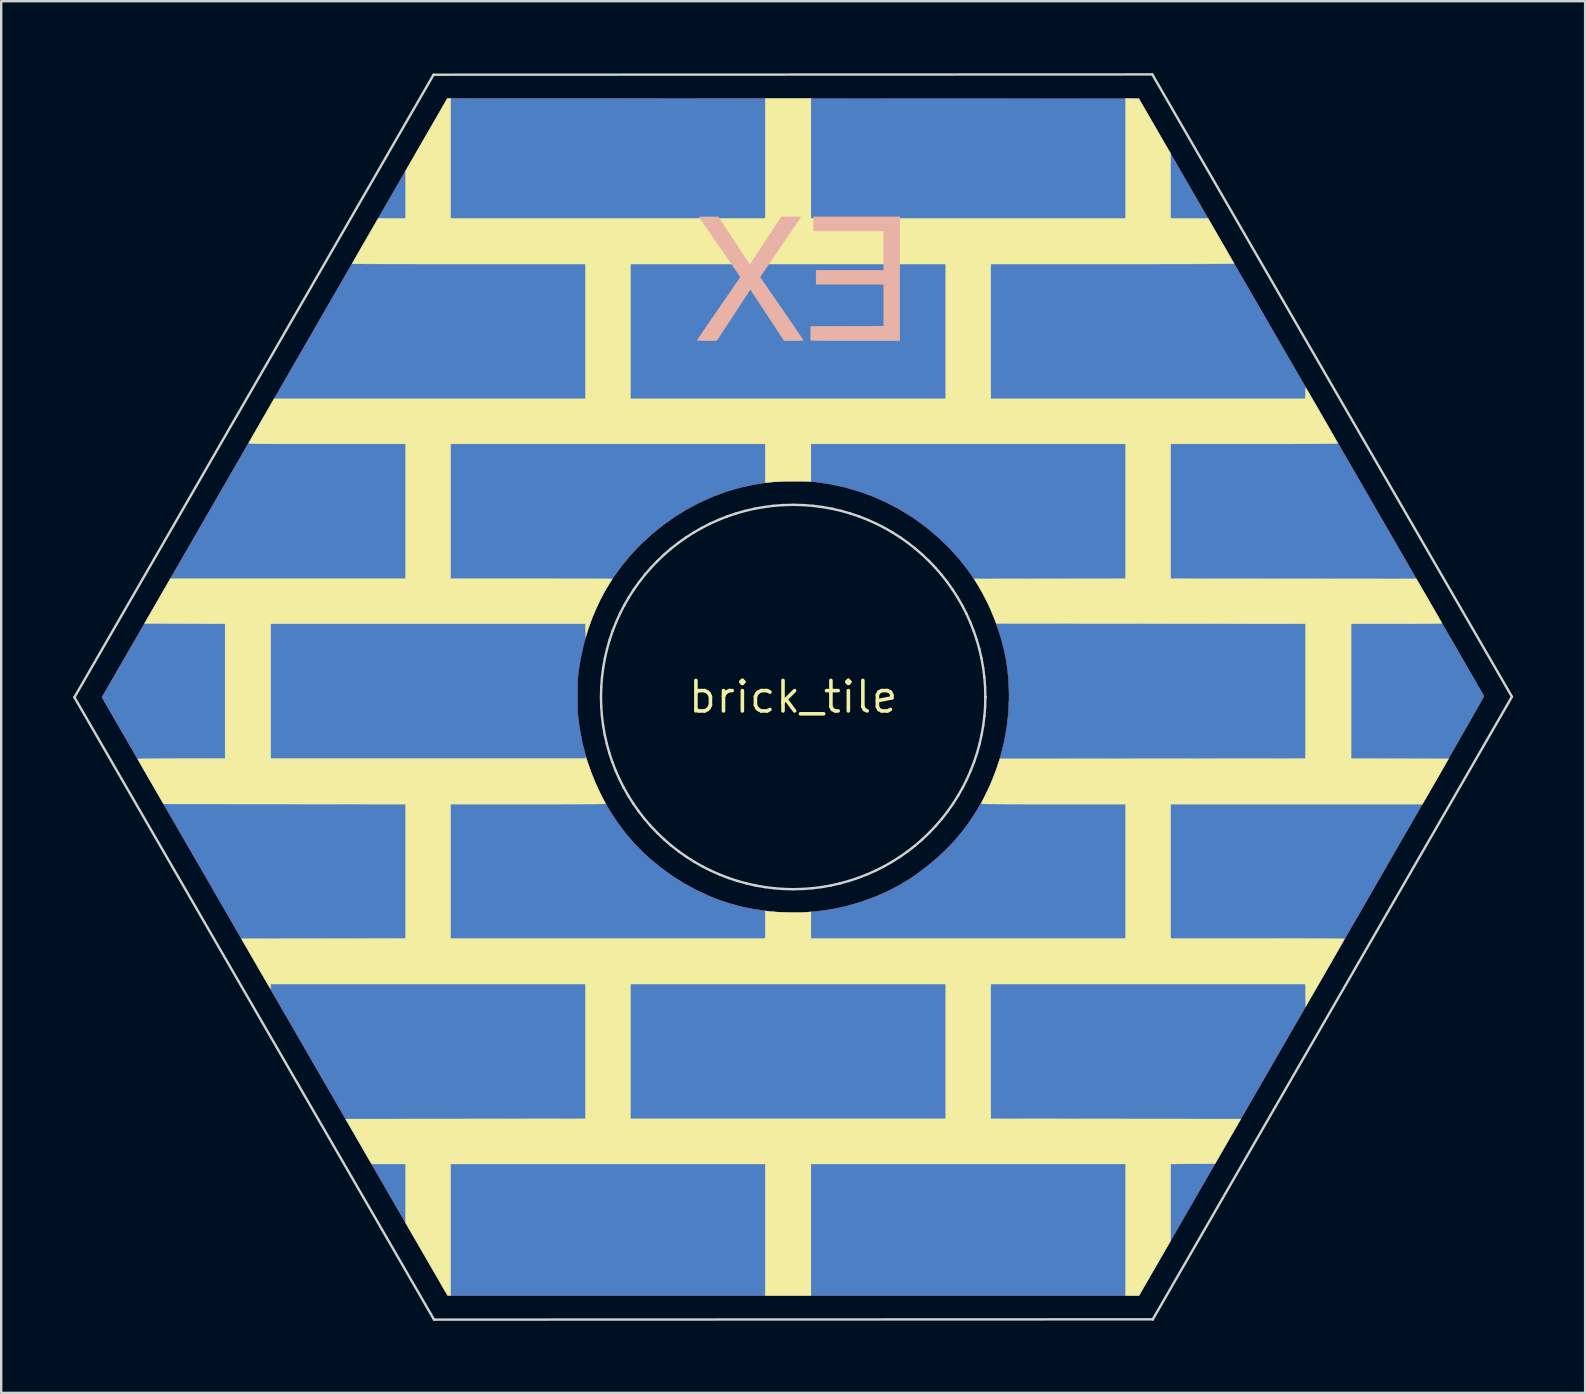
<source format=kicad_pcb>
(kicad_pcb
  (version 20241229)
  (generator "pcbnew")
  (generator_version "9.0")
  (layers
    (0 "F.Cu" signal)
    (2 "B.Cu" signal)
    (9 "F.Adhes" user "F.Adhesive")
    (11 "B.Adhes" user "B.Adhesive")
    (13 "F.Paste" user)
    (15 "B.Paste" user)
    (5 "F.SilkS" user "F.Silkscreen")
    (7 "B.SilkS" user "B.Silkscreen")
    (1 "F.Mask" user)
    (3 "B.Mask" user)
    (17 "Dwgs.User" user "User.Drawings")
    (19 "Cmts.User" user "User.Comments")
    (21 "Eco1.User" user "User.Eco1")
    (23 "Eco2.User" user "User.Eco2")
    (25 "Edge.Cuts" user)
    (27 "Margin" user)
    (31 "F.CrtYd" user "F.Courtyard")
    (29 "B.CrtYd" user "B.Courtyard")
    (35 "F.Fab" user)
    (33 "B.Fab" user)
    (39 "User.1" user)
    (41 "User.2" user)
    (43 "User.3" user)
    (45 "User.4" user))
  (footprint "brick_tile"
    (layer "F.Cu")
    (at 29.99 25.984)
    (property "Reference" "brick_tile" (at 0 0 0) (layer "F.SilkS") (effects (font (size 1.27 1.27) (thickness 0.15))))
    (attr through_hole)
    (fp_poly (pts (xy -0.003 -24.929) (xy 14.4 -24.924) (xy 17.831 -18.986) (xy 18.132 -18.467) (xy 18.451 -17.914) (xy 18.788 -17.331) (xy 19.14 -16.723) (xy 19.505 -16.092) (xy 19.88 -15.441) (xy 20.265 -14.775) (xy 20.657 -14.097) (xy 21.054 -13.411) (xy 21.454 -12.719) (xy 21.854 -12.026) (xy 22.254 -11.335) (xy 22.65 -10.649) (xy 23.041 -9.973) (xy 23.425 -9.308) (xy 23.8 -8.66) (xy 24.163 -8.032) (xy 24.513 -7.426) (xy 24.848 -6.847) (xy 25.014 -6.56) (xy 25.294 -6.074) (xy 25.57 -5.597) (xy 25.839 -5.131) (xy 26.101 -4.677) (xy 26.356 -4.237) (xy 26.602 -3.81) (xy 26.839 -3.4) (xy 27.066 -3.007) (xy 27.282 -2.632) (xy 27.487 -2.277) (xy 27.68 -1.943) (xy 27.86 -1.631) (xy 28.026 -1.343) (xy 28.177 -1.08) (xy 28.314 -0.844) (xy 28.434 -0.635) (xy 28.537 -0.455) (xy 28.623 -0.306) (xy 28.691 -0.188) (xy 28.74 -0.103) (xy 28.769 -0.052) (xy 28.777 -0.036) (xy 28.768 -0.016) (xy 28.737 0.041) (xy 28.685 0.135) (xy 28.613 0.264) (xy 28.52 0.428) (xy 28.406 0.628) (xy 28.272 0.864) (xy 28.118 1.134) (xy 27.944 1.438) (xy 27.75 1.777) (xy 27.537 2.15) (xy 27.303 2.557) (xy 27.051 2.998) (xy 26.778 3.472) (xy 26.487 3.979) (xy 26.177 4.518) (xy 25.848 5.091) (xy 25.5 5.695) (xy 25.133 6.332) (xy 24.748 7.001) (xy 24.345 7.701) (xy 23.924 8.432) (xy 23.485 9.195) (xy 23.027 9.988) (xy 22.552 10.811) (xy 22.06 11.666) (xy 21.598 12.466) (xy 14.407 24.934) (xy -14.392 24.934) (xy -14.422 24.887) (xy -14.435 24.866) (xy -14.467 24.809) (xy -14.52 24.718) (xy -14.592 24.594) (xy -14.682 24.438) (xy -14.79 24.251) (xy -14.915 24.035) (xy -15.057 23.789) (xy -15.215 23.517) (xy -15.388 23.218) (xy -15.575 22.894) (xy -15.776 22.546) (xy -15.991 22.175) (xy -16.217 21.783) (xy -16.456 21.37) (xy -16.706 20.938) (xy -16.966 20.487) (xy -17.236 20.02) (xy -17.515 19.537) (xy -17.803 19.039) (xy -18.099 18.527) (xy -18.401 18.003) (xy -18.711 17.468) (xy -19.026 16.923) (xy -19.346 16.369) (xy -19.67 15.807) (xy -19.999 15.239) (xy -20.331 14.665) (xy -20.665 14.087) (xy -21.001 13.505) (xy -21.338 12.922) (xy -21.675 12.338) (xy -22.013 11.754) (xy -22.349 11.171) (xy -22.684 10.592) (xy -23.017 10.016) (xy -23.347 9.445) (xy -23.673 8.88) (xy -23.995 8.322) (xy -24.312 7.773) (xy -24.624 7.233) (xy -24.93 6.704) (xy -25.229 6.187) (xy -25.52 5.683) (xy -25.803 5.193) (xy -26.077 4.719) (xy -26.341 4.261) (xy -26.596 3.82) (xy -26.839 3.399) (xy -27.071 2.997) (xy -27.291 2.617) (xy -27.498 2.259) (xy -27.691 1.924) (xy -27.87 1.614) (xy -28.034 1.33) (xy -28.183 1.072) (xy -28.315 0.843) (xy -28.431 0.642) (xy -28.529 0.473) (xy -28.609 0.334) (xy -28.67 0.229) (xy -28.711 0.157) (xy -28.732 0.12) (xy -28.735 0.116) (xy -28.794 0.009) (xy -28.752 -0.064) (xy -8.984 -0.064) (xy -8.984 0.159) (xy -8.982 0.347) (xy -8.978 0.51) (xy -8.972 0.655) (xy -8.962 0.792) (xy -8.948 0.928) (xy -8.929 1.073) (xy -8.906 1.233) (xy -8.888 1.352) (xy -8.776 1.936) (xy -8.626 2.512) (xy -8.439 3.078) (xy -8.216 3.631) (xy -7.96 4.167) (xy -7.671 4.683) (xy -7.352 5.178) (xy -7.003 5.648) (xy -6.627 6.09) (xy -6.224 6.502) (xy -5.99 6.716) (xy -5.529 7.096) (xy -5.045 7.447) (xy -4.544 7.764) (xy -4.03 8.045) (xy -3.509 8.287) (xy -3.465 8.306) (xy -3.035 8.473) (xy -2.603 8.614) (xy -2.165 8.732) (xy -1.713 8.826) (xy -1.243 8.9) (xy -0.747 8.953) (xy -0.221 8.986) (xy -0.074 8.992) (xy -0.026 8.992) (xy 0.056 8.99) (xy 0.163 8.986) (xy 0.287 8.981) (xy 0.413 8.974) (xy 0.903 8.938) (xy 1.366 8.882) (xy 1.813 8.804) (xy 2.254 8.702) (xy 2.701 8.574) (xy 2.868 8.52) (xy 3.399 8.327) (xy 3.909 8.104) (xy 4.393 7.855) (xy 4.848 7.581) (xy 5.102 7.409) (xy 5.552 7.072) (xy 5.964 6.731) (xy 6.342 6.381) (xy 6.691 6.018) (xy 7.014 5.637) (xy 7.306 5.249) (xy 7.643 4.738) (xy 7.944 4.206) (xy 8.209 3.655) (xy 8.437 3.087) (xy 8.627 2.506) (xy 8.778 1.914) (xy 8.89 1.313) (xy 8.961 0.706) (xy 8.991 0.096) (xy 8.989 -0.286) (xy 8.968 -0.724) (xy 8.928 -1.143) (xy 8.868 -1.551) (xy 8.786 -1.956) (xy 8.68 -2.367) (xy 8.548 -2.792) (xy 8.399 -3.217) (xy 8.174 -3.761) (xy 7.91 -4.289) (xy 7.61 -4.8) (xy 7.275 -5.29) (xy 6.905 -5.759) (xy 6.502 -6.205) (xy 6.068 -6.626) (xy 5.604 -7.02) (xy 5.112 -7.386) (xy 4.958 -7.49) (xy 4.429 -7.817) (xy 3.882 -8.105) (xy 3.318 -8.355) (xy 2.738 -8.565) (xy 2.144 -8.736) (xy 1.535 -8.868) (xy 0.931 -8.957) (xy 0.807 -8.968) (xy 0.648 -8.976) (xy 0.463 -8.982) (xy 0.259 -8.985) (xy 0.044 -8.985) (xy -0.175 -8.984) (xy -0.389 -8.98) (xy -0.591 -8.973) (xy -0.773 -8.964) (xy -0.928 -8.954) (xy -1.005 -8.946) (xy -1.618 -8.854) (xy -2.215 -8.722) (xy -2.797 -8.551) (xy -3.365 -8.34) (xy -3.92 -8.089) (xy -4.462 -7.798) (xy -4.911 -7.52) (xy -5.414 -7.165) (xy -5.891 -6.779) (xy -6.34 -6.365) (xy -6.758 -5.926) (xy -7.143 -5.462) (xy -7.495 -4.976) (xy -7.81 -4.471) (xy -7.836 -4.424) (xy -8.113 -3.893) (xy -8.355 -3.34) (xy -8.56 -2.767) (xy -8.73 -2.175) (xy -8.862 -1.567) (xy -8.936 -1.101) (xy -8.95 -0.993) (xy -8.961 -0.893) (xy -8.969 -0.794) (xy -8.976 -0.687) (xy -8.98 -0.566) (xy -8.982 -0.424) (xy -8.984 -0.254) (xy -8.984 -0.064) (xy -28.752 -0.064) (xy -27.824 -1.673) (xy -27.714 -1.863) (xy -27.584 -2.088) (xy -27.435 -2.346) (xy -27.268 -2.636) (xy -27.083 -2.957) (xy -26.881 -3.307) (xy -26.664 -3.683) (xy -26.432 -4.085) (xy -26.186 -4.512) (xy -25.928 -4.96) (xy -25.657 -5.43) (xy -25.375 -5.918) (xy -25.083 -6.425) (xy -24.781 -6.947) (xy -24.472 -7.484) (xy -24.155 -8.034) (xy -23.831 -8.595) (xy -23.502 -9.166) (xy -23.168 -9.745) (xy -22.83 -10.33) (xy -22.489 -10.921) (xy -22.147 -11.515) (xy -21.803 -12.111) (xy -21.459 -12.707) (xy -21.116 -13.301) (xy -20.775 -13.893) (xy -20.436 -14.48) (xy -20.101 -15.061) (xy -19.77 -15.635) (xy -19.445 -16.199) (xy -19.126 -16.752) (xy -18.814 -17.293) (xy -18.51 -17.82) (xy -18.215 -18.331) (xy -17.93 -18.825) (xy -17.656 -19.3) (xy -17.393 -19.755) (xy -17.144 -20.188) (xy -16.907 -20.598) (xy -16.747 -20.876) (xy -14.406 -24.934) (xy -0.003 -24.929)) (stroke (width 0.01) (type solid)) (fill yes) (layer "F.Cu"))
    (fp_poly (pts (xy -0.003 -24.929) (xy 14.4 -24.924) (xy 17.831 -18.986) (xy 18.132 -18.467) (xy 18.451 -17.914) (xy 18.788 -17.331) (xy 19.14 -16.723) (xy 19.505 -16.092) (xy 19.88 -15.441) (xy 20.265 -14.775) (xy 20.657 -14.097) (xy 21.054 -13.411) (xy 21.454 -12.719) (xy 21.854 -12.026) (xy 22.254 -11.335) (xy 22.65 -10.649) (xy 23.041 -9.973) (xy 23.425 -9.308) (xy 23.8 -8.66) (xy 24.163 -8.032) (xy 24.513 -7.426) (xy 24.848 -6.847) (xy 25.014 -6.56) (xy 25.294 -6.074) (xy 25.57 -5.597) (xy 25.839 -5.131) (xy 26.101 -4.677) (xy 26.356 -4.237) (xy 26.602 -3.81) (xy 26.839 -3.4) (xy 27.066 -3.007) (xy 27.282 -2.632) (xy 27.487 -2.277) (xy 27.68 -1.943) (xy 27.86 -1.631) (xy 28.026 -1.343) (xy 28.177 -1.08) (xy 28.314 -0.844) (xy 28.434 -0.635) (xy 28.537 -0.455) (xy 28.623 -0.306) (xy 28.691 -0.188) (xy 28.74 -0.103) (xy 28.769 -0.052) (xy 28.777 -0.036) (xy 28.768 -0.016) (xy 28.737 0.041) (xy 28.685 0.135) (xy 28.613 0.264) (xy 28.52 0.428) (xy 28.406 0.628) (xy 28.272 0.864) (xy 28.118 1.134) (xy 27.944 1.438) (xy 27.75 1.777) (xy 27.537 2.15) (xy 27.303 2.557) (xy 27.051 2.998) (xy 26.778 3.472) (xy 26.487 3.979) (xy 26.177 4.518) (xy 25.848 5.091) (xy 25.5 5.695) (xy 25.133 6.332) (xy 24.748 7.001) (xy 24.345 7.701) (xy 23.924 8.432) (xy 23.485 9.195) (xy 23.027 9.988) (xy 22.552 10.811) (xy 22.06 11.666) (xy 21.598 12.466) (xy 14.407 24.934) (xy -14.392 24.934) (xy -14.422 24.887) (xy -14.435 24.866) (xy -14.467 24.809) (xy -14.52 24.718) (xy -14.592 24.594) (xy -14.682 24.438) (xy -14.79 24.251) (xy -14.915 24.035) (xy -15.057 23.789) (xy -15.215 23.517) (xy -15.388 23.218) (xy -15.575 22.894) (xy -15.776 22.546) (xy -15.991 22.175) (xy -16.217 21.783) (xy -16.456 21.37) (xy -16.706 20.938) (xy -16.966 20.487) (xy -17.236 20.02) (xy -17.515 19.537) (xy -17.803 19.039) (xy -18.099 18.527) (xy -18.401 18.003) (xy -18.711 17.468) (xy -19.026 16.923) (xy -19.346 16.369) (xy -19.67 15.807) (xy -19.999 15.239) (xy -20.331 14.665) (xy -20.665 14.087) (xy -21.001 13.505) (xy -21.338 12.922) (xy -21.675 12.338) (xy -22.013 11.754) (xy -22.349 11.171) (xy -22.684 10.592) (xy -23.017 10.016) (xy -23.347 9.445) (xy -23.673 8.88) (xy -23.995 8.322) (xy -24.312 7.773) (xy -24.624 7.233) (xy -24.93 6.704) (xy -25.229 6.187) (xy -25.52 5.683) (xy -25.803 5.193) (xy -26.077 4.719) (xy -26.341 4.261) (xy -26.596 3.82) (xy -26.839 3.399) (xy -27.071 2.997) (xy -27.291 2.617) (xy -27.498 2.259) (xy -27.691 1.924) (xy -27.87 1.614) (xy -28.034 1.33) (xy -28.183 1.072) (xy -28.315 0.843) (xy -28.431 0.642) (xy -28.529 0.473) (xy -28.609 0.334) (xy -28.67 0.229) (xy -28.711 0.157) (xy -28.732 0.12) (xy -28.735 0.116) (xy -28.794 0.009) (xy -28.752 -0.064) (xy -8.984 -0.064) (xy -8.984 0.159) (xy -8.982 0.347) (xy -8.978 0.51) (xy -8.972 0.655) (xy -8.962 0.792) (xy -8.948 0.928) (xy -8.929 1.073) (xy -8.906 1.233) (xy -8.888 1.352) (xy -8.776 1.936) (xy -8.626 2.512) (xy -8.439 3.078) (xy -8.216 3.631) (xy -7.96 4.167) (xy -7.671 4.683) (xy -7.352 5.178) (xy -7.003 5.648) (xy -6.627 6.09) (xy -6.224 6.502) (xy -5.99 6.716) (xy -5.529 7.096) (xy -5.045 7.447) (xy -4.544 7.764) (xy -4.03 8.045) (xy -3.509 8.287) (xy -3.465 8.306) (xy -3.035 8.473) (xy -2.603 8.614) (xy -2.165 8.732) (xy -1.713 8.826) (xy -1.243 8.9) (xy -0.747 8.953) (xy -0.221 8.986) (xy -0.074 8.992) (xy -0.026 8.992) (xy 0.056 8.99) (xy 0.163 8.986) (xy 0.287 8.981) (xy 0.413 8.974) (xy 0.903 8.938) (xy 1.366 8.882) (xy 1.813 8.804) (xy 2.254 8.702) (xy 2.701 8.574) (xy 2.868 8.52) (xy 3.399 8.327) (xy 3.909 8.104) (xy 4.393 7.855) (xy 4.848 7.581) (xy 5.102 7.409) (xy 5.552 7.072) (xy 5.964 6.731) (xy 6.342 6.381) (xy 6.691 6.018) (xy 7.014 5.637) (xy 7.306 5.249) (xy 7.643 4.738) (xy 7.944 4.206) (xy 8.209 3.655) (xy 8.437 3.087) (xy 8.627 2.506) (xy 8.778 1.914) (xy 8.89 1.313) (xy 8.961 0.706) (xy 8.991 0.096) (xy 8.989 -0.286) (xy 8.968 -0.724) (xy 8.928 -1.143) (xy 8.868 -1.551) (xy 8.786 -1.956) (xy 8.68 -2.367) (xy 8.548 -2.792) (xy 8.399 -3.217) (xy 8.174 -3.761) (xy 7.91 -4.289) (xy 7.61 -4.8) (xy 7.275 -5.29) (xy 6.905 -5.759) (xy 6.502 -6.205) (xy 6.068 -6.626) (xy 5.604 -7.02) (xy 5.112 -7.386) (xy 4.958 -7.49) (xy 4.429 -7.817) (xy 3.882 -8.105) (xy 3.318 -8.355) (xy 2.738 -8.565) (xy 2.144 -8.736) (xy 1.535 -8.868) (xy 0.931 -8.957) (xy 0.807 -8.968) (xy 0.648 -8.976) (xy 0.463 -8.982) (xy 0.259 -8.985) (xy 0.044 -8.985) (xy -0.175 -8.984) (xy -0.389 -8.98) (xy -0.591 -8.973) (xy -0.773 -8.964) (xy -0.928 -8.954) (xy -1.005 -8.946) (xy -1.618 -8.854) (xy -2.215 -8.722) (xy -2.797 -8.551) (xy -3.365 -8.34) (xy -3.92 -8.089) (xy -4.462 -7.798) (xy -4.911 -7.52) (xy -5.414 -7.165) (xy -5.891 -6.779) (xy -6.34 -6.365) (xy -6.758 -5.926) (xy -7.143 -5.462) (xy -7.495 -4.976) (xy -7.81 -4.471) (xy -7.836 -4.424) (xy -8.113 -3.893) (xy -8.355 -3.34) (xy -8.56 -2.767) (xy -8.73 -2.175) (xy -8.862 -1.567) (xy -8.936 -1.101) (xy -8.95 -0.993) (xy -8.961 -0.893) (xy -8.969 -0.794) (xy -8.976 -0.687) (xy -8.98 -0.566) (xy -8.982 -0.424) (xy -8.984 -0.254) (xy -8.984 -0.064) (xy -28.752 -0.064) (xy -27.824 -1.673) (xy -27.714 -1.863) (xy -27.584 -2.088) (xy -27.435 -2.346) (xy -27.268 -2.636) (xy -27.083 -2.957) (xy -26.881 -3.307) (xy -26.664 -3.683) (xy -26.432 -4.085) (xy -26.186 -4.512) (xy -25.928 -4.96) (xy -25.657 -5.43) (xy -25.375 -5.918) (xy -25.083 -6.425) (xy -24.781 -6.947) (xy -24.472 -7.484) (xy -24.155 -8.034) (xy -23.831 -8.595) (xy -23.502 -9.166) (xy -23.168 -9.745) (xy -22.83 -10.33) (xy -22.489 -10.921) (xy -22.147 -11.515) (xy -21.803 -12.111) (xy -21.459 -12.707) (xy -21.116 -13.301) (xy -20.775 -13.893) (xy -20.436 -14.48) (xy -20.101 -15.061) (xy -19.77 -15.635) (xy -19.445 -16.199) (xy -19.126 -16.752) (xy -18.814 -17.293) (xy -18.51 -17.82) (xy -18.215 -18.331) (xy -17.93 -18.825) (xy -17.656 -19.3) (xy -17.393 -19.755) (xy -17.144 -20.188) (xy -16.907 -20.598) (xy -16.747 -20.876) (xy -14.406 -24.934) (xy -0.003 -24.929)) (stroke (width 0.01) (type solid)) (fill yes) (layer "B.Cu"))
    (fp_poly (pts (xy 14.4 -24.924) (xy 15.725 -22.638) (xy 15.727 -19.939) (xy 17.283 -19.938) (xy 17.822 -19.004) (xy 17.927 -18.822) (xy 18.026 -18.652) (xy 18.116 -18.495) (xy 18.195 -18.357) (xy 18.262 -18.24) (xy 18.315 -18.148) (xy 18.351 -18.085) (xy 18.368 -18.054) (xy 18.369 -18.052) (xy 18.349 -18.05) (xy 18.288 -18.049) (xy 18.189 -18.047) (xy 18.053 -18.046) (xy 17.881 -18.044) (xy 17.677 -18.043) (xy 17.441 -18.042) (xy 17.175 -18.04) (xy 16.882 -18.039) (xy 16.563 -18.038) (xy 16.22 -18.037) (xy 15.855 -18.036) (xy 15.469 -18.036) (xy 15.065 -18.035) (xy 14.644 -18.035) (xy 14.208 -18.034) (xy 13.758 -18.034) (xy 13.305 -18.034) (xy 8.234 -18.034) (xy 8.234 -12.425) (xy 21.336 -12.425) (xy 21.336 -12.662) (xy 21.338 -12.763) (xy 21.342 -12.835) (xy 21.349 -12.874) (xy 21.355 -12.879) (xy 21.37 -12.856) (xy 21.403 -12.801) (xy 21.453 -12.717) (xy 21.517 -12.608) (xy 21.593 -12.478) (xy 21.679 -12.33) (xy 21.772 -12.169) (xy 21.871 -11.998) (xy 21.973 -11.821) (xy 22.076 -11.642) (xy 22.178 -11.465) (xy 22.277 -11.293) (xy 22.37 -11.13) (xy 22.456 -10.98) (xy 22.531 -10.847) (xy 22.595 -10.735) (xy 22.644 -10.648) (xy 22.676 -10.588) (xy 22.69 -10.561) (xy 22.691 -10.56) (xy 22.67 -10.558) (xy 22.608 -10.556) (xy 22.508 -10.553) (xy 22.371 -10.552) (xy 22.198 -10.55) (xy 21.992 -10.548) (xy 21.754 -10.547) (xy 21.485 -10.545) (xy 21.189 -10.544) (xy 20.866 -10.543) (xy 20.518 -10.542) (xy 20.147 -10.542) (xy 19.754 -10.541) (xy 19.342 -10.541) (xy 19.209 -10.541) (xy 15.727 -10.541) (xy 15.727 -4.932) (xy 20.843 -4.927) (xy 25.96 -4.921) (xy 26.494 -4) (xy 26.598 -3.82) (xy 26.696 -3.651) (xy 26.785 -3.496) (xy 26.863 -3.36) (xy 26.929 -3.245) (xy 26.979 -3.155) (xy 27.013 -3.094) (xy 27.028 -3.066) (xy 27.029 -3.064) (xy 27.008 -3.062) (xy 26.948 -3.059) (xy 26.852 -3.057) (xy 26.723 -3.055) (xy 26.563 -3.053) (xy 26.375 -3.052) (xy 26.164 -3.051) (xy 25.931 -3.049) (xy 25.679 -3.049) (xy 25.413 -3.048) (xy 25.135 -3.048) (xy 23.241 -3.048) (xy 23.241 2.561) (xy 25.273 2.566) (xy 27.305 2.572) (xy 26.215 4.465) (xy 20.971 4.466) (xy 15.727 4.466) (xy 15.727 10.054) (xy 19.346 10.054) (xy 19.847 10.054) (xy 20.314 10.055) (xy 20.744 10.055) (xy 21.138 10.056) (xy 21.496 10.057) (xy 21.816 10.058) (xy 22.098 10.06) (xy 22.341 10.062) (xy 22.546 10.064) (xy 22.71 10.066) (xy 22.835 10.068) (xy 22.918 10.071) (xy 22.961 10.073) (xy 22.966 10.075) (xy 22.955 10.096) (xy 22.926 10.151) (xy 22.878 10.237) (xy 22.813 10.351) (xy 22.735 10.49) (xy 22.643 10.651) (xy 22.539 10.832) (xy 22.426 11.03) (xy 22.304 11.241) (xy 22.176 11.464) (xy 22.156 11.498) (xy 21.347 12.901) (xy 21.341 12.43) (xy 21.335 11.959) (xy 8.234 11.959) (xy 8.234 17.568) (xy 18.649 17.579) (xy 18.112 18.51) (xy 17.574 19.442) (xy 16.651 19.447) (xy 15.727 19.453) (xy 15.727 22.645) (xy 15.067 23.79) (xy 14.407 24.934) (xy 13.843 24.934) (xy 13.843 19.452) (xy 0.741 19.452) (xy 0.741 24.934) (xy -1.164 24.934) (xy -1.164 19.452) (xy -14.266 19.452) (xy -14.266 24.934) (xy -14.329 24.934) (xy -14.379 24.926) (xy -14.408 24.908) (xy -14.421 24.886) (xy -14.453 24.83) (xy -14.504 24.743) (xy -14.571 24.628) (xy -14.652 24.487) (xy -14.747 24.323) (xy -14.853 24.14) (xy -14.969 23.939) (xy -15.094 23.724) (xy -15.225 23.497) (xy -15.287 23.389) (xy -16.15 21.897) (xy -16.15 19.452) (xy -17.563 19.452) (xy -18.104 18.516) (xy -18.645 17.579) (xy -13.651 17.574) (xy -8.657 17.568) (xy -8.657 11.959) (xy -6.773 11.959) (xy -6.773 17.568) (xy 6.35 17.568) (xy 6.35 11.959) (xy -6.773 11.959) (xy -8.657 11.959) (xy -21.759 11.959) (xy -21.759 12.059) (xy -21.763 12.119) (xy -21.773 12.14) (xy -21.781 12.136) (xy -21.796 12.114) (xy -21.829 12.059) (xy -21.88 11.974) (xy -21.946 11.862) (xy -22.025 11.727) (xy -22.115 11.572) (xy -22.215 11.401) (xy -22.322 11.217) (xy -22.395 11.089) (xy -22.987 10.065) (xy -19.569 10.059) (xy -16.15 10.054) (xy -16.15 4.466) (xy -26.229 4.456) (xy -26.767 3.525) (xy -26.872 3.343) (xy -26.97 3.173) (xy -27.059 3.017) (xy -27.137 2.88) (xy -27.203 2.763) (xy -27.254 2.672) (xy -27.289 2.61) (xy -27.304 2.58) (xy -27.305 2.578) (xy -27.284 2.575) (xy -27.224 2.573) (xy -27.128 2.571) (xy -26.999 2.568) (xy -26.839 2.567) (xy -26.653 2.565) (xy -26.443 2.564) (xy -26.211 2.563) (xy -25.962 2.562) (xy -25.698 2.561) (xy -25.485 2.561) (xy -23.664 2.561) (xy -23.664 -3.048) (xy -23.743 -3.048) (xy -21.759 -3.048) (xy -21.759 2.561) (xy -8.66 2.561) (xy -8.653 2.514) (xy -8.644 2.512) (xy -8.625 2.548) (xy -8.598 2.618) (xy -8.563 2.719) (xy -8.558 2.734) (xy -8.411 3.147) (xy -8.24 3.567) (xy -8.054 3.971) (xy -8.013 4.053) (xy -7.954 4.17) (xy -7.902 4.274) (xy -7.86 4.359) (xy -7.829 4.419) (xy -7.815 4.449) (xy -7.814 4.45) (xy -7.834 4.452) (xy -7.894 4.454) (xy -7.992 4.456) (xy -8.125 4.457) (xy -8.291 4.459) (xy -8.489 4.46) (xy -8.715 4.461) (xy -8.967 4.462) (xy -9.243 4.463) (xy -9.541 4.464) (xy -9.859 4.465) (xy -10.194 4.466) (xy -10.543 4.466) (xy -10.905 4.466) (xy -11.037 4.466) (xy -14.266 4.466) (xy -14.266 10.054) (xy -1.164 10.054) (xy -1.164 8.908) (xy -1.106 8.92) (xy -1.024 8.932) (xy -0.906 8.943) (xy -0.761 8.953) (xy -0.594 8.962) (xy -0.413 8.969) (xy -0.226 8.974) (xy -0.038 8.978) (xy 0.142 8.979) (xy 0.307 8.978) (xy 0.452 8.975) (xy 0.568 8.969) (xy 0.625 8.963) (xy 0.741 8.949) (xy 0.741 10.054) (xy 13.843 10.054) (xy 13.843 4.466) (xy 10.837 4.466) (xy 10.484 4.466) (xy 10.143 4.466) (xy 9.816 4.465) (xy 9.505 4.464) (xy 9.214 4.463) (xy 8.943 4.462) (xy 8.696 4.461) (xy 8.476 4.459) (xy 8.284 4.458) (xy 8.122 4.456) (xy 7.994 4.454) (xy 7.901 4.452) (xy 7.847 4.45) (xy 7.832 4.449) (xy 7.841 4.425) (xy 7.866 4.37) (xy 7.904 4.29) (xy 7.953 4.192) (xy 7.999 4.098) (xy 8.166 3.751) (xy 8.313 3.408) (xy 8.449 3.05) (xy 8.501 2.9) (xy 8.613 2.572) (xy 14.975 2.566) (xy 21.336 2.561) (xy 21.336 -3.048) (xy 8.459 -3.059) (xy 8.37 -3.291) (xy 8.217 -3.662) (xy 8.035 -4.045) (xy 7.832 -4.426) (xy 7.659 -4.72) (xy 7.535 -4.921) (xy 10.689 -4.927) (xy 13.843 -4.932) (xy 13.843 -10.541) (xy 0.741 -10.541) (xy 0.741 -8.978) (xy 0.249 -8.99) (xy -0.278 -8.989) (xy -0.791 -8.962) (xy -1.032 -8.94) (xy -1.164 -8.926) (xy -1.164 -10.541) (xy -14.266 -10.541) (xy -14.266 -4.932) (xy -10.901 -4.932) (xy -10.527 -4.932) (xy -10.165 -4.932) (xy -9.816 -4.931) (xy -9.484 -4.931) (xy -9.17 -4.93) (xy -8.877 -4.93) (xy -8.607 -4.929) (xy -8.361 -4.928) (xy -8.144 -4.928) (xy -7.956 -4.927) (xy -7.799 -4.926) (xy -7.677 -4.925) (xy -7.591 -4.924) (xy -7.544 -4.923) (xy -7.535 -4.922) (xy -7.546 -4.901) (xy -7.575 -4.853) (xy -7.616 -4.788) (xy -7.631 -4.763) (xy -7.833 -4.429) (xy -8.029 -4.062) (xy -8.212 -3.674) (xy -8.379 -3.274) (xy -8.526 -2.873) (xy -8.598 -2.646) (xy -8.647 -2.487) (xy -8.652 -2.768) (xy -8.658 -3.048) (xy -21.759 -3.048) (xy -23.743 -3.048) (xy -25.344 -3.053) (xy -27.025 -3.059) (xy -26.484 -3.995) (xy -25.944 -4.932) (xy -16.15 -4.932) (xy -16.15 -10.541) (xy -19.423 -10.541) (xy -19.859 -10.541) (xy -20.255 -10.541) (xy -20.613 -10.541) (xy -20.934 -10.542) (xy -21.221 -10.542) (xy -21.475 -10.542) (xy -21.698 -10.543) (xy -21.892 -10.544) (xy -22.06 -10.545) (xy -22.202 -10.546) (xy -22.322 -10.548) (xy -22.42 -10.55) (xy -22.5 -10.552) (xy -22.562 -10.554) (xy -22.609 -10.557) (xy -22.642 -10.56) (xy -22.664 -10.564) (xy -22.677 -10.568) (xy -22.682 -10.572) (xy -22.682 -10.575) (xy -22.669 -10.6) (xy -22.637 -10.658) (xy -22.588 -10.745) (xy -22.524 -10.858) (xy -22.447 -10.992) (xy -22.36 -11.145) (xy -22.263 -11.313) (xy -22.16 -11.491) (xy -22.145 -11.517) (xy -21.622 -12.425) (xy -8.657 -12.425) (xy -8.657 -18.034) (xy -6.773 -18.034) (xy -6.773 -12.425) (xy 6.35 -12.425) (xy 6.35 -18.034) (xy -6.773 -18.034) (xy -8.657 -18.034) (xy -13.515 -18.034) (xy -13.965 -18.034) (xy -14.404 -18.034) (xy -14.83 -18.034) (xy -15.241 -18.035) (xy -15.635 -18.035) (xy -16.01 -18.036) (xy -16.365 -18.036) (xy -16.697 -18.037) (xy -17.005 -18.038) (xy -17.286 -18.038) (xy -17.54 -18.039) (xy -17.763 -18.04) (xy -17.955 -18.041) (xy -18.113 -18.042) (xy -18.235 -18.043) (xy -18.32 -18.044) (xy -18.365 -18.045) (xy -18.373 -18.046) (xy -18.362 -18.066) (xy -18.333 -18.119) (xy -18.286 -18.202) (xy -18.224 -18.311) (xy -18.149 -18.443) (xy -18.063 -18.594) (xy -17.967 -18.761) (xy -17.864 -18.94) (xy -17.83 -18.998) (xy -17.288 -19.939) (xy -16.15 -19.939) (xy -16.15 -21.91) (xy -15.278 -23.422) (xy -14.406 -24.934) (xy -14.266 -24.934) (xy -14.266 -19.939) (xy -1.164 -19.939) (xy -1.164 -24.934) (xy 0.741 -24.934) (xy 0.741 -19.939) (xy 13.843 -19.939) (xy 13.843 -24.936) (xy 14.4 -24.924)) (stroke (width 0.01) (type solid)) (fill yes) (layer "F.SilkS"))
    (fp_poly (pts (xy 4.445 -14.838) (xy 2.592 -14.838) (xy 2.26 -14.838) (xy 1.968 -14.838) (xy 1.713 -14.839) (xy 1.494 -14.84) (xy 1.308 -14.841) (xy 1.153 -14.843) (xy 1.025 -14.844) (xy 0.924 -14.847) (xy 0.847 -14.85) (xy 0.791 -14.853) (xy 0.754 -14.857) (xy 0.734 -14.862) (xy 0.729 -14.865) (xy 0.725 -14.896) (xy 0.723 -14.96) (xy 0.723 -15.049) (xy 0.724 -15.152) (xy 0.724 -15.167) (xy 0.73 -15.441) (xy 2.249 -15.447) (xy 3.768 -15.452) (xy 3.768 -17.187) (xy 0.953 -17.187) (xy 0.953 -17.78) (xy 3.768 -17.78) (xy 3.768 -19.41) (xy 0.847 -19.41) (xy 0.847 -20.003) (xy 4.445 -20.003) (xy 4.445 -14.838)) (stroke (width 0.01) (type solid)) (fill yes) (layer "B.SilkS"))
    (fp_poly (pts (xy -2.466 -19.008) (xy -2.345 -18.825) (xy -2.231 -18.652) (xy -2.126 -18.494) (xy -2.032 -18.354) (xy -1.951 -18.234) (xy -1.885 -18.138) (xy -1.836 -18.069) (xy -1.807 -18.031) (xy -1.8 -18.023) (xy -1.786 -18.042) (xy -1.751 -18.093) (xy -1.697 -18.173) (xy -1.627 -18.279) (xy -1.542 -18.408) (xy -1.444 -18.555) (xy -1.337 -18.719) (xy -1.221 -18.896) (xy -1.142 -19.017) (xy -0.497 -20.002) (xy -0.09 -20.002) (xy 0.036 -20.002) (xy 0.146 -20.001) (xy 0.234 -19.999) (xy 0.293 -19.997) (xy 0.317 -19.994) (xy 0.318 -19.994) (xy 0.306 -19.976) (xy 0.272 -19.925) (xy 0.219 -19.845) (xy 0.147 -19.738) (xy 0.059 -19.608) (xy -0.044 -19.457) (xy -0.159 -19.288) (xy -0.285 -19.103) (xy -0.419 -18.906) (xy -0.529 -18.744) (xy -0.669 -18.539) (xy -0.802 -18.344) (xy -0.925 -18.162) (xy -1.038 -17.997) (xy -1.137 -17.85) (xy -1.222 -17.724) (xy -1.29 -17.623) (xy -1.34 -17.549) (xy -1.369 -17.505) (xy -1.376 -17.494) (xy -1.364 -17.475) (xy -1.33 -17.425) (xy -1.276 -17.345) (xy -1.203 -17.238) (xy -1.114 -17.108) (xy -1.01 -16.956) (xy -0.893 -16.786) (xy -0.765 -16.6) (xy -0.627 -16.401) (xy -0.483 -16.191) (xy -0.476 -16.182) (xy -0.331 -15.971) (xy -0.194 -15.771) (xy -0.065 -15.584) (xy 0.052 -15.412) (xy 0.157 -15.258) (xy 0.247 -15.125) (xy 0.321 -15.016) (xy 0.376 -14.933) (xy 0.411 -14.88) (xy 0.423 -14.858) (xy 0.423 -14.858) (xy 0.403 -14.851) (xy 0.345 -14.845) (xy 0.253 -14.841) (xy 0.133 -14.838) (xy 0.024 -14.838) (xy -0.376 -14.838) (xy -1.08 -15.908) (xy -1.784 -16.978) (xy -2.072 -16.538) (xy -2.158 -16.407) (xy -2.261 -16.25) (xy -2.375 -16.075) (xy -2.496 -15.891) (xy -2.617 -15.706) (xy -2.733 -15.529) (xy -2.773 -15.468) (xy -3.186 -14.838) (xy -3.595 -14.838) (xy -3.737 -14.838) (xy -3.841 -14.839) (xy -3.914 -14.842) (xy -3.96 -14.846) (xy -3.985 -14.853) (xy -3.993 -14.862) (xy -3.992 -14.872) (xy -3.978 -14.895) (xy -3.942 -14.95) (xy -3.885 -15.034) (xy -3.811 -15.144) (xy -3.72 -15.278) (xy -3.614 -15.432) (xy -3.496 -15.605) (xy -3.367 -15.793) (xy -3.229 -15.993) (xy -3.09 -16.195) (xy -2.946 -16.404) (xy -2.809 -16.602) (xy -2.682 -16.787) (xy -2.565 -16.957) (xy -2.462 -17.109) (xy -2.373 -17.239) (xy -2.3 -17.345) (xy -2.246 -17.425) (xy -2.213 -17.475) (xy -2.201 -17.493) (xy -2.213 -17.512) (xy -2.247 -17.563) (xy -2.301 -17.643) (xy -2.374 -17.749) (xy -2.463 -17.879) (xy -2.567 -18.03) (xy -2.683 -18.199) (xy -2.81 -18.383) (xy -2.946 -18.579) (xy -3.059 -18.742) (xy -3.2 -18.946) (xy -3.334 -19.14) (xy -3.459 -19.322) (xy -3.573 -19.487) (xy -3.674 -19.634) (xy -3.76 -19.759) (xy -3.829 -19.86) (xy -3.879 -19.934) (xy -3.908 -19.979) (xy -3.916 -19.991) (xy -3.896 -19.995) (xy -3.84 -19.998) (xy -3.755 -20) (xy -3.647 -20.002) (xy -3.523 -20.002) (xy -3.517 -20.003) (xy -3.119 -20.003) (xy -2.466 -19.008)) (stroke (width 0.01) (type solid)) (fill yes) (layer "B.SilkS"))
    (fp_line (start -29.94 0.012) (end -14.98 -25.922) (stroke (width 0.1) (type solid)) (layer "Edge.Cuts"))
    (fp_line (start -14.98 -25.922) (end 14.96 -25.934) (stroke (width 0.1) (type solid)) (layer "Edge.Cuts"))
    (fp_line (start -14.96 25.935) (end -29.94 0.012) (stroke (width 0.1) (type solid)) (layer "Edge.Cuts"))
    (fp_line (start -8.005 0.0002) (end -7.995 -0.412) (stroke (width 0.1) (type solid)) (layer "Edge.Cuts"))
    (fp_line (start -7.996 0.397) (end -8.005 0.0002) (stroke (width 0.1) (type solid)) (layer "Edge.Cuts"))
    (fp_line (start -7.995 -0.412) (end -7.964 -0.818) (stroke (width 0.1) (type solid)) (layer "Edge.Cuts"))
    (fp_line (start -7.966 0.791) (end -7.996 0.397) (stroke (width 0.1) (type solid)) (layer "Edge.Cuts"))
    (fp_line (start -7.964 -0.818) (end -7.913 -1.219) (stroke (width 0.1) (type solid)) (layer "Edge.Cuts"))
    (fp_line (start -7.918 1.182) (end -7.966 0.791) (stroke (width 0.1) (type solid)) (layer "Edge.Cuts"))
    (fp_line (start -7.913 -1.219) (end -7.843 -1.613) (stroke (width 0.1) (type solid)) (layer "Edge.Cuts"))
    (fp_line (start -7.85 1.569) (end -7.918 1.182) (stroke (width 0.1) (type solid)) (layer "Edge.Cuts"))
    (fp_line (start -7.843 -1.613) (end -7.753 -2.001) (stroke (width 0.1) (type solid)) (layer "Edge.Cuts"))
    (fp_line (start -7.764 1.952) (end -7.85 1.569) (stroke (width 0.1) (type solid)) (layer "Edge.Cuts"))
    (fp_line (start -7.753 -2.001) (end -7.646 -2.38) (stroke (width 0.1) (type solid)) (layer "Edge.Cuts"))
    (fp_line (start -7.66 2.329) (end -7.764 1.952) (stroke (width 0.1) (type solid)) (layer "Edge.Cuts"))
    (fp_line (start -7.646 -2.38) (end -7.52 -2.752) (stroke (width 0.1) (type solid)) (layer "Edge.Cuts"))
    (fp_line (start -7.537 2.699) (end -7.66 2.329) (stroke (width 0.1) (type solid)) (layer "Edge.Cuts"))
    (fp_line (start -7.52 -2.752) (end -7.376 -3.116) (stroke (width 0.1) (type solid)) (layer "Edge.Cuts"))
    (fp_line (start -7.396 3.064) (end -7.537 2.699) (stroke (width 0.1) (type solid)) (layer "Edge.Cuts"))
    (fp_line (start -7.376 -3.116) (end -7.216 -3.471) (stroke (width 0.1) (type solid)) (layer "Edge.Cuts"))
    (fp_line (start -7.238 3.421) (end -7.396 3.064) (stroke (width 0.1) (type solid)) (layer "Edge.Cuts"))
    (fp_line (start -7.216 -3.471) (end -7.039 -3.816) (stroke (width 0.1) (type solid)) (layer "Edge.Cuts"))
    (fp_line (start -7.062 3.77) (end -7.238 3.421) (stroke (width 0.1) (type solid)) (layer "Edge.Cuts"))
    (fp_line (start -7.039 -3.816) (end -6.846 -4.151) (stroke (width 0.1) (type solid)) (layer "Edge.Cuts"))
    (fp_line (start -6.87 4.11) (end -7.062 3.77) (stroke (width 0.1) (type solid)) (layer "Edge.Cuts"))
    (fp_line (start -6.846 -4.151) (end -6.638 -4.476) (stroke (width 0.1) (type solid)) (layer "Edge.Cuts"))
    (fp_line (start -6.66 4.442) (end -6.87 4.11) (stroke (width 0.1) (type solid)) (layer "Edge.Cuts"))
    (fp_line (start -6.638 -4.476) (end -6.415 -4.79) (stroke (width 0.1) (type solid)) (layer "Edge.Cuts"))
    (fp_line (start -6.435 4.763) (end -6.66 4.442) (stroke (width 0.1) (type solid)) (layer "Edge.Cuts"))
    (fp_line (start -6.415 -4.79) (end -6.178 -5.092) (stroke (width 0.1) (type solid)) (layer "Edge.Cuts"))
    (fp_line (start -6.193 5.074) (end -6.435 4.763) (stroke (width 0.1) (type solid)) (layer "Edge.Cuts"))
    (fp_line (start -6.178 -5.092) (end -5.926 -5.383) (stroke (width 0.1) (type solid)) (layer "Edge.Cuts"))
    (fp_line (start -5.934 5.373) (end -6.193 5.074) (stroke (width 0.1) (type solid)) (layer "Edge.Cuts"))
    (fp_line (start -5.926 -5.383) (end -5.661 -5.661) (stroke (width 0.1) (type solid)) (layer "Edge.Cuts"))
    (fp_line (start -5.661 -5.661) (end -5.383 -5.926) (stroke (width 0.1) (type solid)) (layer "Edge.Cuts"))
    (fp_line (start -5.661 5.661) (end -5.934 5.373) (stroke (width 0.1) (type solid)) (layer "Edge.Cuts"))
    (fp_line (start -5.383 -5.926) (end -5.092 -6.177) (stroke (width 0.1) (type solid)) (layer "Edge.Cuts"))
    (fp_line (start -5.373 5.935) (end -5.661 5.661) (stroke (width 0.1) (type solid)) (layer "Edge.Cuts"))
    (fp_line (start -5.092 -6.177) (end -4.79 -6.415) (stroke (width 0.1) (type solid)) (layer "Edge.Cuts"))
    (fp_line (start -5.074 6.193) (end -5.373 5.935) (stroke (width 0.1) (type solid)) (layer "Edge.Cuts"))
    (fp_line (start -4.79 -6.415) (end -4.476 -6.638) (stroke (width 0.1) (type solid)) (layer "Edge.Cuts"))
    (fp_line (start -4.763 6.435) (end -5.074 6.193) (stroke (width 0.1) (type solid)) (layer "Edge.Cuts"))
    (fp_line (start -4.476 -6.638) (end -4.151 -6.846) (stroke (width 0.1) (type solid)) (layer "Edge.Cuts"))
    (fp_line (start -4.441 6.661) (end -4.763 6.435) (stroke (width 0.1) (type solid)) (layer "Edge.Cuts"))
    (fp_line (start -4.151 -6.846) (end -3.816 -7.039) (stroke (width 0.1) (type solid)) (layer "Edge.Cuts"))
    (fp_line (start -4.11 6.87) (end -4.441 6.661) (stroke (width 0.1) (type solid)) (layer "Edge.Cuts"))
    (fp_line (start -3.816 -7.039) (end -3.471 -7.216) (stroke (width 0.1) (type solid)) (layer "Edge.Cuts"))
    (fp_line (start -3.77 7.063) (end -4.11 6.87) (stroke (width 0.1) (type solid)) (layer "Edge.Cuts"))
    (fp_line (start -3.471 -7.216) (end -3.116 -7.376) (stroke (width 0.1) (type solid)) (layer "Edge.Cuts"))
    (fp_line (start -3.421 7.238) (end -3.77 7.063) (stroke (width 0.1) (type solid)) (layer "Edge.Cuts"))
    (fp_line (start -3.116 -7.376) (end -2.753 -7.52) (stroke (width 0.1) (type solid)) (layer "Edge.Cuts"))
    (fp_line (start -3.064 7.396) (end -3.421 7.238) (stroke (width 0.1) (type solid)) (layer "Edge.Cuts"))
    (fp_line (start -2.753 -7.52) (end -2.381 -7.645) (stroke (width 0.1) (type solid)) (layer "Edge.Cuts"))
    (fp_line (start -2.699 7.537) (end -3.064 7.396) (stroke (width 0.1) (type solid)) (layer "Edge.Cuts"))
    (fp_line (start -2.381 -7.645) (end -2.001 -7.753) (stroke (width 0.1) (type solid)) (layer "Edge.Cuts"))
    (fp_line (start -2.328 7.66) (end -2.699 7.537) (stroke (width 0.1) (type solid)) (layer "Edge.Cuts"))
    (fp_line (start -2.001 -7.753) (end -1.613 -7.843) (stroke (width 0.1) (type solid)) (layer "Edge.Cuts"))
    (fp_line (start -1.951 7.764) (end -2.328 7.66) (stroke (width 0.1) (type solid)) (layer "Edge.Cuts"))
    (fp_line (start -1.613 -7.843) (end -1.219 -7.913) (stroke (width 0.1) (type solid)) (layer "Edge.Cuts"))
    (fp_line (start -1.569 7.851) (end -1.951 7.764) (stroke (width 0.1) (type solid)) (layer "Edge.Cuts"))
    (fp_line (start -1.219 -7.913) (end -0.819 -7.964) (stroke (width 0.1) (type solid)) (layer "Edge.Cuts"))
    (fp_line (start -1.182 7.918) (end -1.569 7.851) (stroke (width 0.1) (type solid)) (layer "Edge.Cuts"))
    (fp_line (start -0.819 -7.964) (end -0.412 -7.995) (stroke (width 0.1) (type solid)) (layer "Edge.Cuts"))
    (fp_line (start -0.791 7.966) (end -1.182 7.918) (stroke (width 0.1) (type solid)) (layer "Edge.Cuts"))
    (fp_line (start -0.412 -7.995) (end 0 -8.005) (stroke (width 0.1) (type solid)) (layer "Edge.Cuts"))
    (fp_line (start -0.397 7.996) (end -0.791 7.966) (stroke (width 0.1) (type solid)) (layer "Edge.Cuts"))
    (fp_line (start 0 -8.005) (end 0.412 -7.995) (stroke (width 0.1) (type solid)) (layer "Edge.Cuts"))
    (fp_line (start 0 8.006) (end -0.397 7.996) (stroke (width 0.1) (type solid)) (layer "Edge.Cuts"))
    (fp_line (start 0.397 7.996) (end 0 8.006) (stroke (width 0.1) (type solid)) (layer "Edge.Cuts"))
    (fp_line (start 0.412 -7.995) (end 0.819 -7.964) (stroke (width 0.1) (type solid)) (layer "Edge.Cuts"))
    (fp_line (start 0.791 7.966) (end 0.397 7.996) (stroke (width 0.1) (type solid)) (layer "Edge.Cuts"))
    (fp_line (start 0.819 -7.964) (end 1.219 -7.913) (stroke (width 0.1) (type solid)) (layer "Edge.Cuts"))
    (fp_line (start 1.182 7.918) (end 0.791 7.966) (stroke (width 0.1) (type solid)) (layer "Edge.Cuts"))
    (fp_line (start 1.219 -7.913) (end 1.613 -7.843) (stroke (width 0.1) (type solid)) (layer "Edge.Cuts"))
    (fp_line (start 1.569 7.851) (end 1.182 7.918) (stroke (width 0.1) (type solid)) (layer "Edge.Cuts"))
    (fp_line (start 1.613 -7.843) (end 2.001 -7.753) (stroke (width 0.1) (type solid)) (layer "Edge.Cuts"))
    (fp_line (start 1.951 7.764) (end 1.569 7.851) (stroke (width 0.1) (type solid)) (layer "Edge.Cuts"))
    (fp_line (start 2.001 -7.753) (end 2.381 -7.645) (stroke (width 0.1) (type solid)) (layer "Edge.Cuts"))
    (fp_line (start 2.328 7.66) (end 1.951 7.764) (stroke (width 0.1) (type solid)) (layer "Edge.Cuts"))
    (fp_line (start 2.381 -7.645) (end 2.753 -7.52) (stroke (width 0.1) (type solid)) (layer "Edge.Cuts"))
    (fp_line (start 2.699 7.537) (end 2.328 7.66) (stroke (width 0.1) (type solid)) (layer "Edge.Cuts"))
    (fp_line (start 2.753 -7.52) (end 3.116 -7.376) (stroke (width 0.1) (type solid)) (layer "Edge.Cuts"))
    (fp_line (start 3.064 7.396) (end 2.699 7.537) (stroke (width 0.1) (type solid)) (layer "Edge.Cuts"))
    (fp_line (start 3.116 -7.376) (end 3.471 -7.216) (stroke (width 0.1) (type solid)) (layer "Edge.Cuts"))
    (fp_line (start 3.421 7.238) (end 3.064 7.396) (stroke (width 0.1) (type solid)) (layer "Edge.Cuts"))
    (fp_line (start 3.471 -7.216) (end 3.816 -7.039) (stroke (width 0.1) (type solid)) (layer "Edge.Cuts"))
    (fp_line (start 3.77 7.063) (end 3.421 7.238) (stroke (width 0.1) (type solid)) (layer "Edge.Cuts"))
    (fp_line (start 3.816 -7.039) (end 4.151 -6.846) (stroke (width 0.1) (type solid)) (layer "Edge.Cuts"))
    (fp_line (start 4.11 6.87) (end 3.77 7.063) (stroke (width 0.1) (type solid)) (layer "Edge.Cuts"))
    (fp_line (start 4.151 -6.846) (end 4.476 -6.638) (stroke (width 0.1) (type solid)) (layer "Edge.Cuts"))
    (fp_line (start 4.441 6.661) (end 4.11 6.87) (stroke (width 0.1) (type solid)) (layer "Edge.Cuts"))
    (fp_line (start 4.476 -6.638) (end 4.79 -6.415) (stroke (width 0.1) (type solid)) (layer "Edge.Cuts"))
    (fp_line (start 4.763 6.435) (end 4.441 6.661) (stroke (width 0.1) (type solid)) (layer "Edge.Cuts"))
    (fp_line (start 4.79 -6.415) (end 5.092 -6.177) (stroke (width 0.1) (type solid)) (layer "Edge.Cuts"))
    (fp_line (start 5.074 6.193) (end 4.763 6.435) (stroke (width 0.1) (type solid)) (layer "Edge.Cuts"))
    (fp_line (start 5.092 -6.177) (end 5.383 -5.926) (stroke (width 0.1) (type solid)) (layer "Edge.Cuts"))
    (fp_line (start 5.373 5.935) (end 5.074 6.193) (stroke (width 0.1) (type solid)) (layer "Edge.Cuts"))
    (fp_line (start 5.383 -5.926) (end 5.661 -5.661) (stroke (width 0.1) (type solid)) (layer "Edge.Cuts"))
    (fp_line (start 5.661 -5.661) (end 5.926 -5.383) (stroke (width 0.1) (type solid)) (layer "Edge.Cuts"))
    (fp_line (start 5.661 5.661) (end 5.373 5.935) (stroke (width 0.1) (type solid)) (layer "Edge.Cuts"))
    (fp_line (start 5.926 -5.383) (end 6.178 -5.092) (stroke (width 0.1) (type solid)) (layer "Edge.Cuts"))
    (fp_line (start 5.934 5.373) (end 5.661 5.661) (stroke (width 0.1) (type solid)) (layer "Edge.Cuts"))
    (fp_line (start 6.178 -5.092) (end 6.415 -4.79) (stroke (width 0.1) (type solid)) (layer "Edge.Cuts"))
    (fp_line (start 6.193 5.074) (end 5.934 5.373) (stroke (width 0.1) (type solid)) (layer "Edge.Cuts"))
    (fp_line (start 6.415 -4.79) (end 6.638 -4.476) (stroke (width 0.1) (type solid)) (layer "Edge.Cuts"))
    (fp_line (start 6.435 4.763) (end 6.193 5.074) (stroke (width 0.1) (type solid)) (layer "Edge.Cuts"))
    (fp_line (start 6.638 -4.476) (end 6.846 -4.151) (stroke (width 0.1) (type solid)) (layer "Edge.Cuts"))
    (fp_line (start 6.66 4.442) (end 6.435 4.763) (stroke (width 0.1) (type solid)) (layer "Edge.Cuts"))
    (fp_line (start 6.846 -4.151) (end 7.039 -3.816) (stroke (width 0.1) (type solid)) (layer "Edge.Cuts"))
    (fp_line (start 6.87 4.11) (end 6.66 4.442) (stroke (width 0.1) (type solid)) (layer "Edge.Cuts"))
    (fp_line (start 7.039 -3.816) (end 7.216 -3.471) (stroke (width 0.1) (type solid)) (layer "Edge.Cuts"))
    (fp_line (start 7.062 3.77) (end 6.87 4.11) (stroke (width 0.1) (type solid)) (layer "Edge.Cuts"))
    (fp_line (start 7.216 -3.471) (end 7.376 -3.116) (stroke (width 0.1) (type solid)) (layer "Edge.Cuts"))
    (fp_line (start 7.238 3.421) (end 7.062 3.77) (stroke (width 0.1) (type solid)) (layer "Edge.Cuts"))
    (fp_line (start 7.376 -3.116) (end 7.52 -2.752) (stroke (width 0.1) (type solid)) (layer "Edge.Cuts"))
    (fp_line (start 7.396 3.064) (end 7.238 3.421) (stroke (width 0.1) (type solid)) (layer "Edge.Cuts"))
    (fp_line (start 7.52 -2.752) (end 7.646 -2.38) (stroke (width 0.1) (type solid)) (layer "Edge.Cuts"))
    (fp_line (start 7.537 2.699) (end 7.396 3.064) (stroke (width 0.1) (type solid)) (layer "Edge.Cuts"))
    (fp_line (start 7.646 -2.38) (end 7.753 -2.001) (stroke (width 0.1) (type solid)) (layer "Edge.Cuts"))
    (fp_line (start 7.66 2.329) (end 7.537 2.699) (stroke (width 0.1) (type solid)) (layer "Edge.Cuts"))
    (fp_line (start 7.753 -2.001) (end 7.843 -1.613) (stroke (width 0.1) (type solid)) (layer "Edge.Cuts"))
    (fp_line (start 7.764 1.952) (end 7.66 2.329) (stroke (width 0.1) (type solid)) (layer "Edge.Cuts"))
    (fp_line (start 7.843 -1.613) (end 7.913 -1.219) (stroke (width 0.1) (type solid)) (layer "Edge.Cuts"))
    (fp_line (start 7.85 1.569) (end 7.764 1.952) (stroke (width 0.1) (type solid)) (layer "Edge.Cuts"))
    (fp_line (start 7.913 -1.219) (end 7.964 -0.818) (stroke (width 0.1) (type solid)) (layer "Edge.Cuts"))
    (fp_line (start 7.918 1.182) (end 7.85 1.569) (stroke (width 0.1) (type solid)) (layer "Edge.Cuts"))
    (fp_line (start 7.964 -0.818) (end 7.995 -0.412) (stroke (width 0.1) (type solid)) (layer "Edge.Cuts"))
    (fp_line (start 7.966 0.791) (end 7.918 1.182) (stroke (width 0.1) (type solid)) (layer "Edge.Cuts"))
    (fp_line (start 7.995 -0.412) (end 8.005 0.0002) (stroke (width 0.1) (type solid)) (layer "Edge.Cuts"))
    (fp_line (start 7.996 0.397) (end 7.966 0.791) (stroke (width 0.1) (type solid)) (layer "Edge.Cuts"))
    (fp_line (start 8.005 0.0002) (end 7.996 0.397) (stroke (width 0.1) (type solid)) (layer "Edge.Cuts"))
    (fp_line (start 8.005 0.0002) (end 8.005 0.0002) (stroke (width 0.1) (type solid)) (layer "Edge.Cuts"))
    (fp_line (start 8.005 0.0002) (end 8.005 0.0002) (stroke (width 0.1) (type solid)) (layer "Edge.Cuts"))
    (fp_line (start 14.96 -25.934) (end 29.94 -0.012) (stroke (width 0.1) (type solid)) (layer "Edge.Cuts"))
    (fp_line (start 14.98 25.923) (end -14.96 25.935) (stroke (width 0.1) (type solid)) (layer "Edge.Cuts"))
    (fp_line (start 14.98 25.923) (end 14.98 25.923) (stroke (width 0.1) (type solid)) (layer "Edge.Cuts"))
    (fp_line (start 29.94 -0.012) (end 14.98 25.923) (stroke (width 0.1) (type solid)) (layer "Edge.Cuts")))
  (gr_rect
    (start -3 -3)
    (end 62.979 54.969)
    (stroke (width 0.1) (type default))
    (fill no)
    (layer "Edge.Cuts")))
</source>
